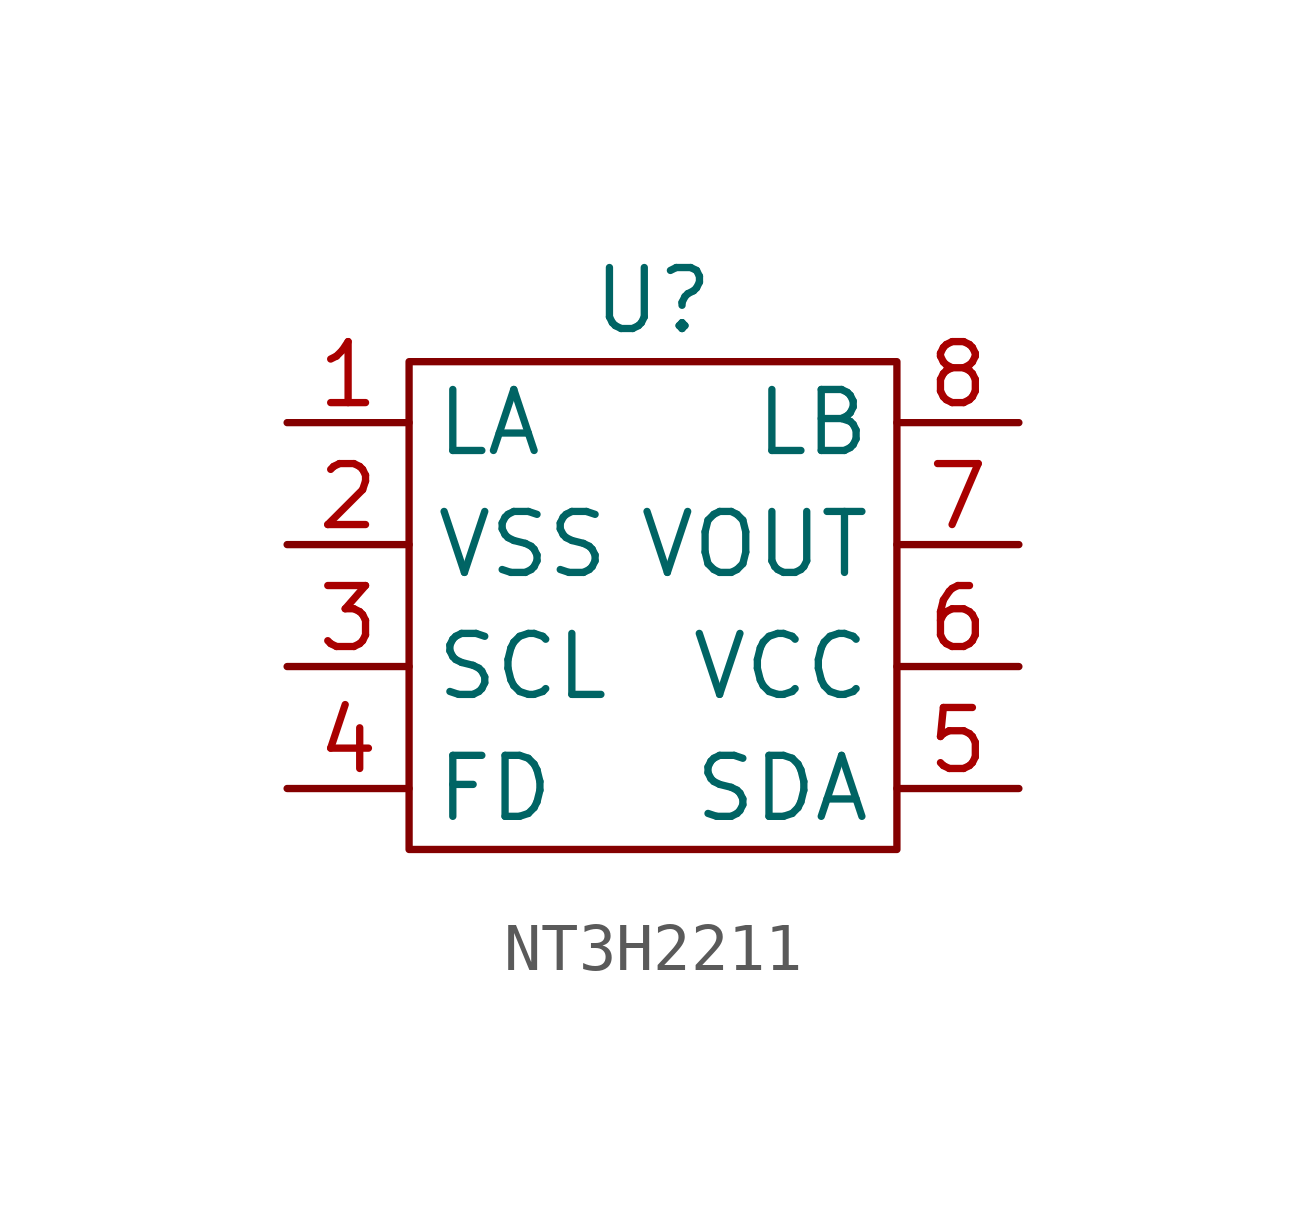
<source format=kicad_sym>
(kicad_symbol_lib
  (version 20220914)
  (generator kicad_symbol_editor)
  (symbol "NT3H2211"
    (property "Reference" "U"
      (at 0 1.27 0)
      (effects (font (size 1.27 1.27))))
    (property "Value" ""
      (at 0 0 0)
      (effects (font (size 1.27 1.27))))
    (symbol "NT3H2211_0_1"
      (rectangle (start -5.08 0) (end 5.08 -10.16) (stroke (width 0) (type default)) (fill (type none))))
    (symbol "NT3H2211_1_1"
      (pin input line (at -7.62 -1.27 0) (length 2.54) (name "LA" (effects (font (size 1.27 1.27)))) (number "1" (effects (font (size 1.27 1.27)))))
      (pin input line (at -7.62 -3.81 0) (length 2.54) (name "VSS" (effects (font (size 1.27 1.27)))) (number "2" (effects (font (size 1.27 1.27)))))
      (pin input line (at -7.62 -6.35 0) (length 2.54) (name "SCL" (effects (font (size 1.27 1.27)))) (number "3" (effects (font (size 1.27 1.27)))))
      (pin input line (at -7.62 -8.89 0) (length 2.54) (name "FD" (effects (font (size 1.27 1.27)))) (number "4" (effects (font (size 1.27 1.27)))))
      (pin input line (at 7.62 -8.89 180) (length 2.54) (name "SDA" (effects (font (size 1.27 1.27)))) (number "5" (effects (font (size 1.27 1.27)))))
      (pin input line (at 7.62 -6.35 180) (length 2.54) (name "VCC" (effects (font (size 1.27 1.27)))) (number "6" (effects (font (size 1.27 1.27)))))
      (pin input line (at 7.62 -3.81 180) (length 2.54) (name "VOUT" (effects (font (size 1.27 1.27)))) (number "7" (effects (font (size 1.27 1.27)))))
      (pin input line (at 7.62 -1.27 180) (length 2.54) (name "LB" (effects (font (size 1.27 1.27)))) (number "8" (effects (font (size 1.27 1.27))))))))
</source>
